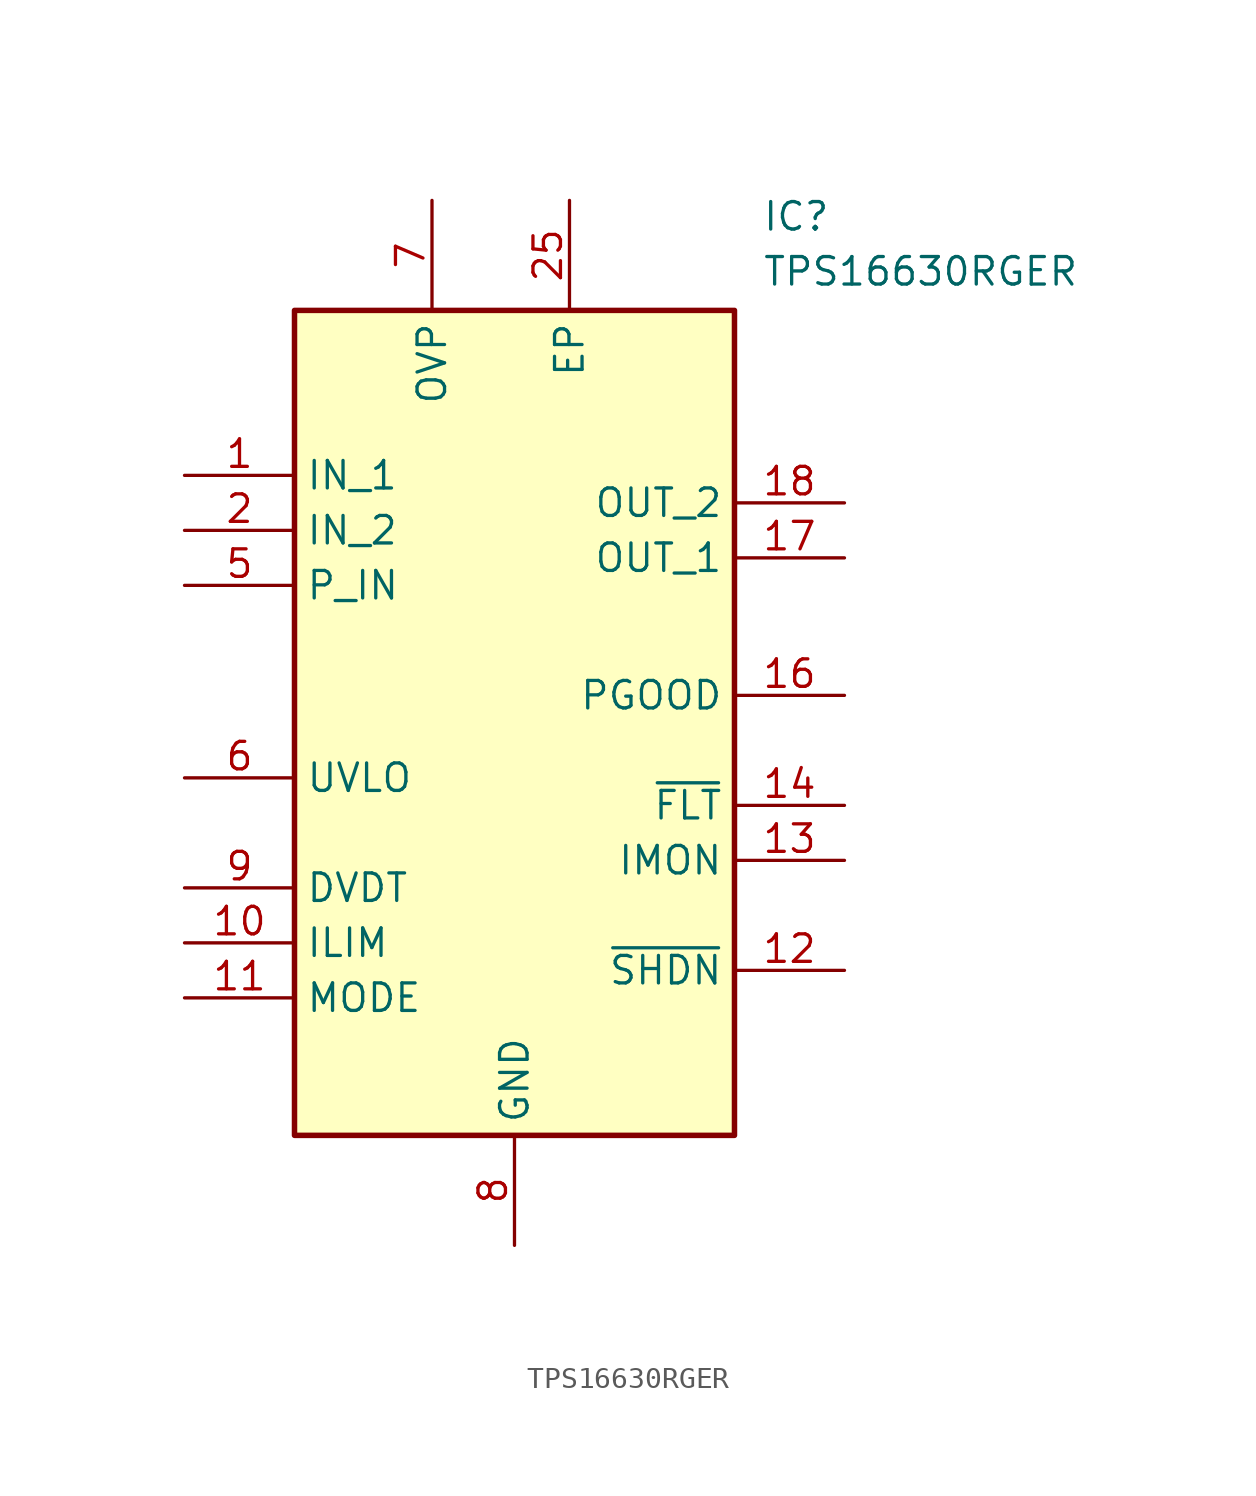
<source format=kicad_sym>
(kicad_symbol_lib
  (version 20241209)
  (generator "kicad_symbol_editor")
  (generator_version "9.0")
  (symbol "TPS16630RGER"
    (property "Reference" "IC"
      (at 26.67 17.78 0)
      (effects (font (size 1.27 1.27)) (justify left top)))
    (property "Value" "TPS16630RGER"
      (at 26.67 15.24 0)
      (effects (font (size 1.27 1.27)) (justify left top)))
    (symbol "TPS16630RGER_1_1"
      (rectangle (start 5.08 12.7) (end 25.4 -25.4) (stroke (width 0.254) (type default)) (fill (type background)))
      (pin passive line (at 0 5.08 0) (length 5.08) (name "IN_1" (effects (font (size 1.27 1.27)))) (number "1" (effects (font (size 1.27 1.27)))))
      (pin passive line (at 0 2.54 0) (length 5.08) (name "IN_2" (effects (font (size 1.27 1.27)))) (number "2" (effects (font (size 1.27 1.27)))))
      (pin passive line (at 0 0 0) (length 5.08) (name "P_IN" (effects (font (size 1.27 1.27)))) (number "5" (effects (font (size 1.27 1.27)))))
      (pin passive line (at 0 -8.89 0) (length 5.08) (name "UVLO" (effects (font (size 1.27 1.27)))) (number "6" (effects (font (size 1.27 1.27)))))
      (pin passive line (at 0 -13.97 0) (length 5.08) (name "DVDT" (effects (font (size 1.27 1.27)))) (number "9" (effects (font (size 1.27 1.27)))))
      (pin passive line (at 0 -16.51 0) (length 5.08) (name "ILIM" (effects (font (size 1.27 1.27)))) (number "10" (effects (font (size 1.27 1.27)))))
      (pin passive line (at 0 -19.05 0) (length 5.08) (name "MODE" (effects (font (size 1.27 1.27)))) (number "11" (effects (font (size 1.27 1.27)))))
      (pin passive line (at 11.43 17.78 270) (length 5.08) (name "OVP" (effects (font (size 1.27 1.27)))) (number "7" (effects (font (size 1.27 1.27)))))
      (pin passive line (at 15.24 -30.48 90) (length 5.08) (name "GND" (effects (font (size 1.27 1.27)))) (number "8" (effects (font (size 1.27 1.27)))))
      (pin passive line (at 17.78 17.78 270) (length 5.08) (name "EP" (effects (font (size 1.27 1.27)))) (number "25" (effects (font (size 1.27 1.27)))))
      (pin no_connect line (at 22.86 17.78 270) (length 5.08) (hide yes) (name "N.C_3" (effects (font (size 1.27 1.27)))) (number "15" (effects (font (size 1.27 1.27)))))
      (pin no_connect line (at 22.86 17.78 270) (length 5.08) (hide yes) (name "N.C_4" (effects (font (size 1.27 1.27)))) (number "19" (effects (font (size 1.27 1.27)))))
      (pin no_connect line (at 22.86 17.78 270) (length 5.08) (hide yes) (name "N.C_5" (effects (font (size 1.27 1.27)))) (number "20" (effects (font (size 1.27 1.27)))))
      (pin no_connect line (at 22.86 17.78 270) (length 5.08) (hide yes) (name "N.C_6" (effects (font (size 1.27 1.27)))) (number "21" (effects (font (size 1.27 1.27)))))
      (pin no_connect line (at 22.86 17.78 270) (length 5.08) (hide yes) (name "N.C_7" (effects (font (size 1.27 1.27)))) (number "22" (effects (font (size 1.27 1.27)))))
      (pin no_connect line (at 22.86 17.78 270) (length 5.08) (hide yes) (name "N.C_8" (effects (font (size 1.27 1.27)))) (number "23" (effects (font (size 1.27 1.27)))))
      (pin no_connect line (at 22.86 17.78 270) (length 5.08) (hide yes) (name "N.C_9" (effects (font (size 1.27 1.27)))) (number "24" (effects (font (size 1.27 1.27)))))
      (pin no_connect line (at 22.86 17.78 270) (length 5.08) (hide yes) (name "N.C_1" (effects (font (size 1.27 1.27)))) (number "3" (effects (font (size 1.27 1.27)))))
      (pin no_connect line (at 22.86 17.78 270) (length 5.08) (hide yes) (name "N.C_2" (effects (font (size 1.27 1.27)))) (number "4" (effects (font (size 1.27 1.27)))))
      (pin passive line (at 30.48 3.81 180) (length 5.08) (name "OUT_2" (effects (font (size 1.27 1.27)))) (number "18" (effects (font (size 1.27 1.27)))))
      (pin passive line (at 30.48 1.27 180) (length 5.08) (name "OUT_1" (effects (font (size 1.27 1.27)))) (number "17" (effects (font (size 1.27 1.27)))))
      (pin passive line (at 30.48 -5.08 180) (length 5.08) (name "PGOOD" (effects (font (size 1.27 1.27)))) (number "16" (effects (font (size 1.27 1.27)))))
      (pin passive line (at 30.48 -10.16 180) (length 5.08) (name "~{FLT}" (effects (font (size 1.27 1.27)))) (number "14" (effects (font (size 1.27 1.27)))))
      (pin passive line (at 30.48 -12.7 180) (length 5.08) (name "IMON" (effects (font (size 1.27 1.27)))) (number "13" (effects (font (size 1.27 1.27)))))
      (pin passive line (at 30.48 -17.78 180) (length 5.08) (name "~{SHDN}" (effects (font (size 1.27 1.27)))) (number "12" (effects (font (size 1.27 1.27))))))))
</source>
